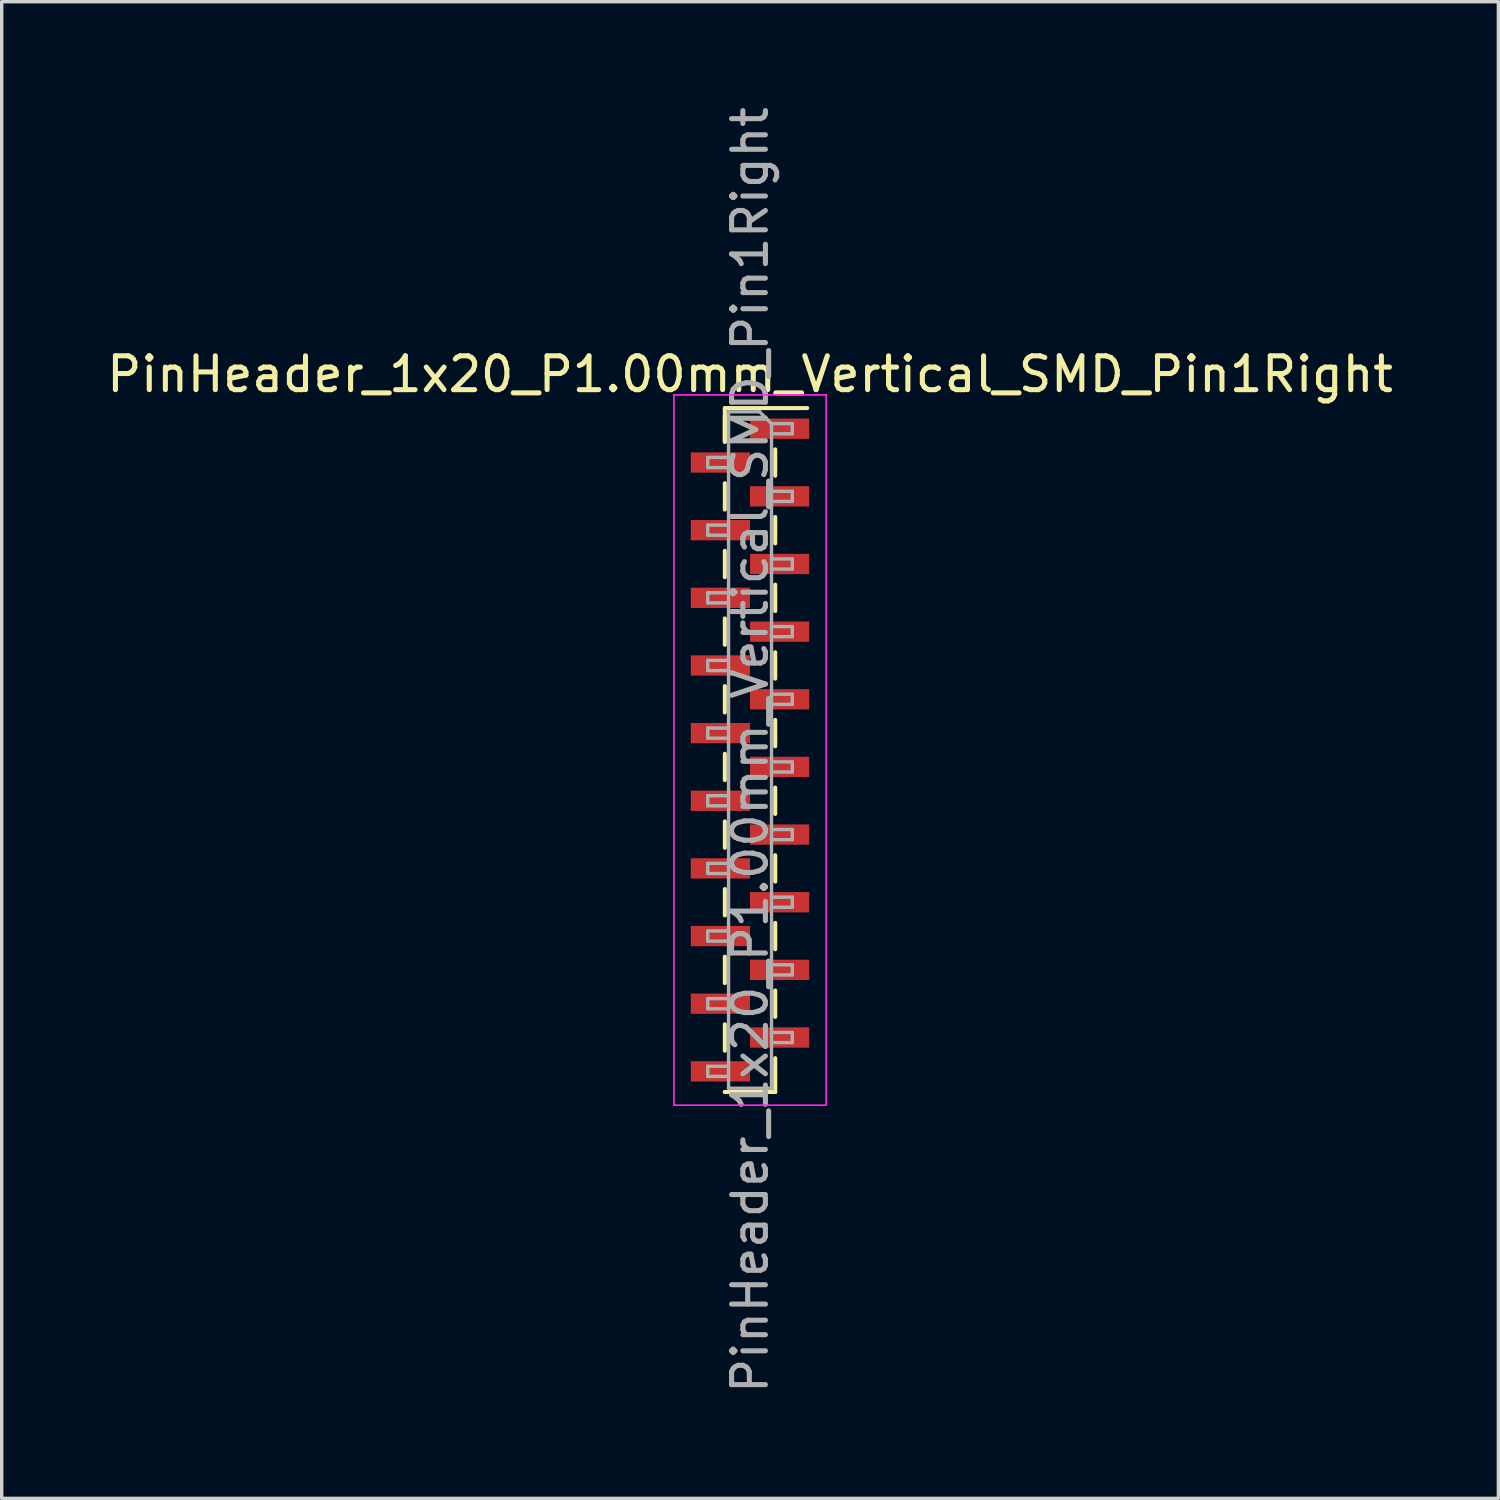
<source format=kicad_pcb>
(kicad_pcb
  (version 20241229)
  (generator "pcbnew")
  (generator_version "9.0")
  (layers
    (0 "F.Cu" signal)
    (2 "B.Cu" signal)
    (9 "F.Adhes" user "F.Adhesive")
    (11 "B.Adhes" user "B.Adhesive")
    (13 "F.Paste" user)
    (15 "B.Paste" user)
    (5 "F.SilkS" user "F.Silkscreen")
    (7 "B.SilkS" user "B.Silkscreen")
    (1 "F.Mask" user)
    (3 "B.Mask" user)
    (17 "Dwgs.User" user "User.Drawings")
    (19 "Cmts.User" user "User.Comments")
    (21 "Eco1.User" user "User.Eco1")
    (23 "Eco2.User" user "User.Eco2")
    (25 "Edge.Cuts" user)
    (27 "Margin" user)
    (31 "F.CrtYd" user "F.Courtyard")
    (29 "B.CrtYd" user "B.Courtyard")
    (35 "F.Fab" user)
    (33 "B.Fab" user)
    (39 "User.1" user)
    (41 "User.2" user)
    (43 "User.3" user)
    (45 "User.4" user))
  (footprint "PinHeader_1x20_P1.00mm_Vertical_SMD_Pin1Right"
    (layer "F.Cu")
    (at 19.125 19.125)
    (property "Reference" "PinHeader_1x20_P1.00mm_Vertical_SMD_Pin1Right" (at 0 -11.11 0) (layer "F.SilkS") (effects (font (size 1 1) (thickness 0.15))))
    (attr smd)
    (fp_line (start -0.745 -10.11) (end -0.745 -9.11) (stroke (width 0.12) (type solid)) (layer "F.SilkS"))
    (fp_line (start -0.745 -10.11) (end 0.745 -10.11) (stroke (width 0.12) (type solid)) (layer "F.SilkS"))
    (fp_line (start -0.745 -9.89) (end -0.745 -9.11) (stroke (width 0.12) (type solid)) (layer "F.SilkS"))
    (fp_line (start -0.745 -7.89) (end -0.745 -7.11) (stroke (width 0.12) (type solid)) (layer "F.SilkS"))
    (fp_line (start -0.745 -5.89) (end -0.745 -5.11) (stroke (width 0.12) (type solid)) (layer "F.SilkS"))
    (fp_line (start -0.745 -3.89) (end -0.745 -3.11) (stroke (width 0.12) (type solid)) (layer "F.SilkS"))
    (fp_line (start -0.745 -1.89) (end -0.745 -1.11) (stroke (width 0.12) (type solid)) (layer "F.SilkS"))
    (fp_line (start -0.745 0.11) (end -0.745 0.89) (stroke (width 0.12) (type solid)) (layer "F.SilkS"))
    (fp_line (start -0.745 2.11) (end -0.745 2.89) (stroke (width 0.12) (type solid)) (layer "F.SilkS"))
    (fp_line (start -0.745 4.11) (end -0.745 4.89) (stroke (width 0.12) (type solid)) (layer "F.SilkS"))
    (fp_line (start -0.745 6.11) (end -0.745 6.89) (stroke (width 0.12) (type solid)) (layer "F.SilkS"))
    (fp_line (start -0.745 8.11) (end -0.745 8.89) (stroke (width 0.12) (type solid)) (layer "F.SilkS"))
    (fp_line (start -0.745 10.11) (end -0.745 10.11) (stroke (width 0.12) (type solid)) (layer "F.SilkS"))
    (fp_line (start -0.745 10.11) (end 0.745 10.11) (stroke (width 0.12) (type solid)) (layer "F.SilkS"))
    (fp_line (start 0.745 -10.11) (end 0.745 -10.11) (stroke (width 0.12) (type solid)) (layer "F.SilkS"))
    (fp_line (start 0.745 -10.11) (end 1.69 -10.11) (stroke (width 0.12) (type solid)) (layer "F.SilkS"))
    (fp_line (start 0.745 -8.89) (end 0.745 -8.11) (stroke (width 0.12) (type solid)) (layer "F.SilkS"))
    (fp_line (start 0.745 -6.89) (end 0.745 -6.11) (stroke (width 0.12) (type solid)) (layer "F.SilkS"))
    (fp_line (start 0.745 -4.89) (end 0.745 -4.11) (stroke (width 0.12) (type solid)) (layer "F.SilkS"))
    (fp_line (start 0.745 -2.89) (end 0.745 -2.11) (stroke (width 0.12) (type solid)) (layer "F.SilkS"))
    (fp_line (start 0.745 -0.89) (end 0.745 -0.11) (stroke (width 0.12) (type solid)) (layer "F.SilkS"))
    (fp_line (start 0.745 1.11) (end 0.745 1.89) (stroke (width 0.12) (type solid)) (layer "F.SilkS"))
    (fp_line (start 0.745 3.11) (end 0.745 3.89) (stroke (width 0.12) (type solid)) (layer "F.SilkS"))
    (fp_line (start 0.745 5.11) (end 0.745 5.89) (stroke (width 0.12) (type solid)) (layer "F.SilkS"))
    (fp_line (start 0.745 7.11) (end 0.745 7.89) (stroke (width 0.12) (type solid)) (layer "F.SilkS"))
    (fp_line (start 0.745 9.11) (end 0.745 10.11) (stroke (width 0.12) (type solid)) (layer "F.SilkS"))
    (fp_line (start -2.25 -10.5) (end -2.25 10.5) (stroke (width 0.05) (type solid)) (layer "F.CrtYd"))
    (fp_line (start -2.25 10.5) (end 2.25 10.5) (stroke (width 0.05) (type solid)) (layer "F.CrtYd"))
    (fp_line (start 2.25 -10.5) (end -2.25 -10.5) (stroke (width 0.05) (type solid)) (layer "F.CrtYd"))
    (fp_line (start 2.25 10.5) (end 2.25 -10.5) (stroke (width 0.05) (type solid)) (layer "F.CrtYd"))
    (fp_line (start -1.25 -8.65) (end -1.25 -8.35) (stroke (width 0.1) (type solid)) (layer "F.Fab"))
    (fp_line (start -1.25 -8.35) (end -0.635 -8.35) (stroke (width 0.1) (type solid)) (layer "F.Fab"))
    (fp_line (start -1.25 -6.65) (end -1.25 -6.35) (stroke (width 0.1) (type solid)) (layer "F.Fab"))
    (fp_line (start -1.25 -6.35) (end -0.635 -6.35) (stroke (width 0.1) (type solid)) (layer "F.Fab"))
    (fp_line (start -1.25 -4.65) (end -1.25 -4.35) (stroke (width 0.1) (type solid)) (layer "F.Fab"))
    (fp_line (start -1.25 -4.35) (end -0.635 -4.35) (stroke (width 0.1) (type solid)) (layer "F.Fab"))
    (fp_line (start -1.25 -2.65) (end -1.25 -2.35) (stroke (width 0.1) (type solid)) (layer "F.Fab"))
    (fp_line (start -1.25 -2.35) (end -0.635 -2.35) (stroke (width 0.1) (type solid)) (layer "F.Fab"))
    (fp_line (start -1.25 -0.65) (end -1.25 -0.35) (stroke (width 0.1) (type solid)) (layer "F.Fab"))
    (fp_line (start -1.25 -0.35) (end -0.635 -0.35) (stroke (width 0.1) (type solid)) (layer "F.Fab"))
    (fp_line (start -1.25 1.35) (end -1.25 1.65) (stroke (width 0.1) (type solid)) (layer "F.Fab"))
    (fp_line (start -1.25 1.65) (end -0.635 1.65) (stroke (width 0.1) (type solid)) (layer "F.Fab"))
    (fp_line (start -1.25 3.35) (end -1.25 3.65) (stroke (width 0.1) (type solid)) (layer "F.Fab"))
    (fp_line (start -1.25 3.65) (end -0.635 3.65) (stroke (width 0.1) (type solid)) (layer "F.Fab"))
    (fp_line (start -1.25 5.35) (end -1.25 5.65) (stroke (width 0.1) (type solid)) (layer "F.Fab"))
    (fp_line (start -1.25 5.65) (end -0.635 5.65) (stroke (width 0.1) (type solid)) (layer "F.Fab"))
    (fp_line (start -1.25 7.35) (end -1.25 7.65) (stroke (width 0.1) (type solid)) (layer "F.Fab"))
    (fp_line (start -1.25 7.65) (end -0.635 7.65) (stroke (width 0.1) (type solid)) (layer "F.Fab"))
    (fp_line (start -1.25 9.35) (end -1.25 9.65) (stroke (width 0.1) (type solid)) (layer "F.Fab"))
    (fp_line (start -1.25 9.65) (end -0.635 9.65) (stroke (width 0.1) (type solid)) (layer "F.Fab"))
    (fp_line (start -0.635 -10) (end -0.635 10) (stroke (width 0.1) (type solid)) (layer "F.Fab"))
    (fp_line (start -0.635 -10) (end 0.285 -10) (stroke (width 0.1) (type solid)) (layer "F.Fab"))
    (fp_line (start -0.635 -8.65) (end -1.25 -8.65) (stroke (width 0.1) (type solid)) (layer "F.Fab"))
    (fp_line (start -0.635 -6.65) (end -1.25 -6.65) (stroke (width 0.1) (type solid)) (layer "F.Fab"))
    (fp_line (start -0.635 -4.65) (end -1.25 -4.65) (stroke (width 0.1) (type solid)) (layer "F.Fab"))
    (fp_line (start -0.635 -2.65) (end -1.25 -2.65) (stroke (width 0.1) (type solid)) (layer "F.Fab"))
    (fp_line (start -0.635 -0.65) (end -1.25 -0.65) (stroke (width 0.1) (type solid)) (layer "F.Fab"))
    (fp_line (start -0.635 1.35) (end -1.25 1.35) (stroke (width 0.1) (type solid)) (layer "F.Fab"))
    (fp_line (start -0.635 3.35) (end -1.25 3.35) (stroke (width 0.1) (type solid)) (layer "F.Fab"))
    (fp_line (start -0.635 5.35) (end -1.25 5.35) (stroke (width 0.1) (type solid)) (layer "F.Fab"))
    (fp_line (start -0.635 7.35) (end -1.25 7.35) (stroke (width 0.1) (type solid)) (layer "F.Fab"))
    (fp_line (start -0.635 9.35) (end -1.25 9.35) (stroke (width 0.1) (type solid)) (layer "F.Fab"))
    (fp_line (start 0.635 -9.65) (end 0.285 -10) (stroke (width 0.1) (type solid)) (layer "F.Fab"))
    (fp_line (start 0.635 -9.65) (end 1.25 -9.65) (stroke (width 0.1) (type solid)) (layer "F.Fab"))
    (fp_line (start 0.635 -7.65) (end 1.25 -7.65) (stroke (width 0.1) (type solid)) (layer "F.Fab"))
    (fp_line (start 0.635 -5.65) (end 1.25 -5.65) (stroke (width 0.1) (type solid)) (layer "F.Fab"))
    (fp_line (start 0.635 -3.65) (end 1.25 -3.65) (stroke (width 0.1) (type solid)) (layer "F.Fab"))
    (fp_line (start 0.635 -1.65) (end 1.25 -1.65) (stroke (width 0.1) (type solid)) (layer "F.Fab"))
    (fp_line (start 0.635 0.35) (end 1.25 0.35) (stroke (width 0.1) (type solid)) (layer "F.Fab"))
    (fp_line (start 0.635 2.35) (end 1.25 2.35) (stroke (width 0.1) (type solid)) (layer "F.Fab"))
    (fp_line (start 0.635 4.35) (end 1.25 4.35) (stroke (width 0.1) (type solid)) (layer "F.Fab"))
    (fp_line (start 0.635 6.35) (end 1.25 6.35) (stroke (width 0.1) (type solid)) (layer "F.Fab"))
    (fp_line (start 0.635 8.35) (end 1.25 8.35) (stroke (width 0.1) (type solid)) (layer "F.Fab"))
    (fp_line (start 0.635 10) (end -0.635 10) (stroke (width 0.1) (type solid)) (layer "F.Fab"))
    (fp_line (start 0.635 10) (end 0.635 -9.65) (stroke (width 0.1) (type solid)) (layer "F.Fab"))
    (fp_line (start 1.25 -9.65) (end 1.25 -9.35) (stroke (width 0.1) (type solid)) (layer "F.Fab"))
    (fp_line (start 1.25 -9.35) (end 0.635 -9.35) (stroke (width 0.1) (type solid)) (layer "F.Fab"))
    (fp_line (start 1.25 -7.65) (end 1.25 -7.35) (stroke (width 0.1) (type solid)) (layer "F.Fab"))
    (fp_line (start 1.25 -7.35) (end 0.635 -7.35) (stroke (width 0.1) (type solid)) (layer "F.Fab"))
    (fp_line (start 1.25 -5.65) (end 1.25 -5.35) (stroke (width 0.1) (type solid)) (layer "F.Fab"))
    (fp_line (start 1.25 -5.35) (end 0.635 -5.35) (stroke (width 0.1) (type solid)) (layer "F.Fab"))
    (fp_line (start 1.25 -3.65) (end 1.25 -3.35) (stroke (width 0.1) (type solid)) (layer "F.Fab"))
    (fp_line (start 1.25 -3.35) (end 0.635 -3.35) (stroke (width 0.1) (type solid)) (layer "F.Fab"))
    (fp_line (start 1.25 -1.65) (end 1.25 -1.35) (stroke (width 0.1) (type solid)) (layer "F.Fab"))
    (fp_line (start 1.25 -1.35) (end 0.635 -1.35) (stroke (width 0.1) (type solid)) (layer "F.Fab"))
    (fp_line (start 1.25 0.35) (end 1.25 0.65) (stroke (width 0.1) (type solid)) (layer "F.Fab"))
    (fp_line (start 1.25 0.65) (end 0.635 0.65) (stroke (width 0.1) (type solid)) (layer "F.Fab"))
    (fp_line (start 1.25 2.35) (end 1.25 2.65) (stroke (width 0.1) (type solid)) (layer "F.Fab"))
    (fp_line (start 1.25 2.65) (end 0.635 2.65) (stroke (width 0.1) (type solid)) (layer "F.Fab"))
    (fp_line (start 1.25 4.35) (end 1.25 4.65) (stroke (width 0.1) (type solid)) (layer "F.Fab"))
    (fp_line (start 1.25 4.65) (end 0.635 4.65) (stroke (width 0.1) (type solid)) (layer "F.Fab"))
    (fp_line (start 1.25 6.35) (end 1.25 6.65) (stroke (width 0.1) (type solid)) (layer "F.Fab"))
    (fp_line (start 1.25 6.65) (end 0.635 6.65) (stroke (width 0.1) (type solid)) (layer "F.Fab"))
    (fp_line (start 1.25 8.35) (end 1.25 8.65) (stroke (width 0.1) (type solid)) (layer "F.Fab"))
    (fp_line (start 1.25 8.65) (end 0.635 8.65) (stroke (width 0.1) (type solid)) (layer "F.Fab"))
    (fp_text user "${REFERENCE}" (at 0 0 90) (layer "F.Fab") (effects (font (size 1 1) (thickness 0.15))))
    (pad "1" smd rect (at 0.875 -9.5) (size 1.75 0.6) (layers "F.Cu" "F.Mask" "F.Paste"))
    (pad "2" smd rect (at -0.875 -8.5) (size 1.75 0.6) (layers "F.Cu" "F.Mask" "F.Paste"))
    (pad "3" smd rect (at 0.875 -7.5) (size 1.75 0.6) (layers "F.Cu" "F.Mask" "F.Paste"))
    (pad "4" smd rect (at -0.875 -6.5) (size 1.75 0.6) (layers "F.Cu" "F.Mask" "F.Paste"))
    (pad "5" smd rect (at 0.875 -5.5) (size 1.75 0.6) (layers "F.Cu" "F.Mask" "F.Paste"))
    (pad "6" smd rect (at -0.875 -4.5) (size 1.75 0.6) (layers "F.Cu" "F.Mask" "F.Paste"))
    (pad "7" smd rect (at 0.875 -3.5) (size 1.75 0.6) (layers "F.Cu" "F.Mask" "F.Paste"))
    (pad "8" smd rect (at -0.875 -2.5) (size 1.75 0.6) (layers "F.Cu" "F.Mask" "F.Paste"))
    (pad "9" smd rect (at 0.875 -1.5) (size 1.75 0.6) (layers "F.Cu" "F.Mask" "F.Paste"))
    (pad "10" smd rect (at -0.875 -0.5) (size 1.75 0.6) (layers "F.Cu" "F.Mask" "F.Paste"))
    (pad "11" smd rect (at 0.875 0.5) (size 1.75 0.6) (layers "F.Cu" "F.Mask" "F.Paste"))
    (pad "12" smd rect (at -0.875 1.5) (size 1.75 0.6) (layers "F.Cu" "F.Mask" "F.Paste"))
    (pad "13" smd rect (at 0.875 2.5) (size 1.75 0.6) (layers "F.Cu" "F.Mask" "F.Paste"))
    (pad "14" smd rect (at -0.875 3.5) (size 1.75 0.6) (layers "F.Cu" "F.Mask" "F.Paste"))
    (pad "15" smd rect (at 0.875 4.5) (size 1.75 0.6) (layers "F.Cu" "F.Mask" "F.Paste"))
    (pad "16" smd rect (at -0.875 5.5) (size 1.75 0.6) (layers "F.Cu" "F.Mask" "F.Paste"))
    (pad "17" smd rect (at 0.875 6.5) (size 1.75 0.6) (layers "F.Cu" "F.Mask" "F.Paste"))
    (pad "18" smd rect (at -0.875 7.5) (size 1.75 0.6) (layers "F.Cu" "F.Mask" "F.Paste"))
    (pad "19" smd rect (at 0.875 8.5) (size 1.75 0.6) (layers "F.Cu" "F.Mask" "F.Paste"))
    (pad "20" smd rect (at -0.875 9.5) (size 1.75 0.6) (layers "F.Cu" "F.Mask" "F.Paste")))
  (gr_rect
    (start -3 -3)
    (end 41.25 41.25)
    (stroke (width 0.1) (type default))
    (fill no)
    (layer "Edge.Cuts")))
</source>
